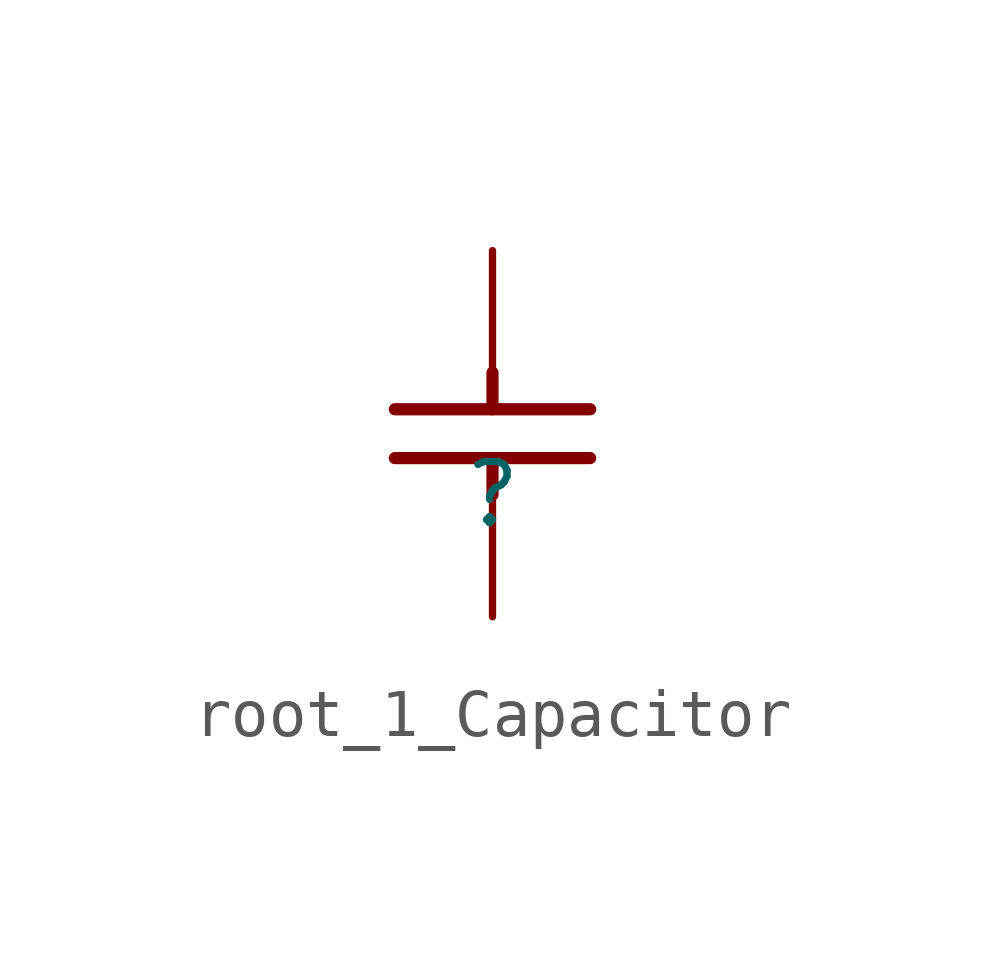
<source format=kicad_sym>
(kicad_symbol_lib
  (version 20231120)
  (generator "kicad_symbol_editor")
  (generator_version "8.0")
  (symbol "root_1_Capacitor"
    (property "Reference" ""
      (at 0 0 0)
      (effects (font (size 1.27 1.27))))
    (property "Value" ""
      (at 0 0 0)
      (effects (font (size 1.27 1.27))))
    (symbol "root_1_Capacitor_1_0"
      (polyline (pts (xy -2.032 0.762) (xy 2.032 0.762)) (stroke (width 0.254) (type solid)) (fill (type none)))
      (polyline (pts (xy 0 0) (xy 0 0.762)) (stroke (width 0.254) (type solid)) (fill (type none)))
      (polyline (pts (xy 0 1.778) (xy 0 2.54)) (stroke (width 0.254) (type solid)) (fill (type none)))
      (polyline (pts (xy 2.032 1.778) (xy -2.032 1.778)) (stroke (width 0.254) (type solid)) (fill (type none)))
      (pin passive line (at 0 -2.54 90) (length 2.54) (name "1" (effects (font (size 0 0)))) (number "1" (effects (font (size 0 0)))))
      (pin passive line (at 0 5.08 270) (length 2.54) (name "2" (effects (font (size 0 0)))) (number "2" (effects (font (size 0 0))))))))
</source>
